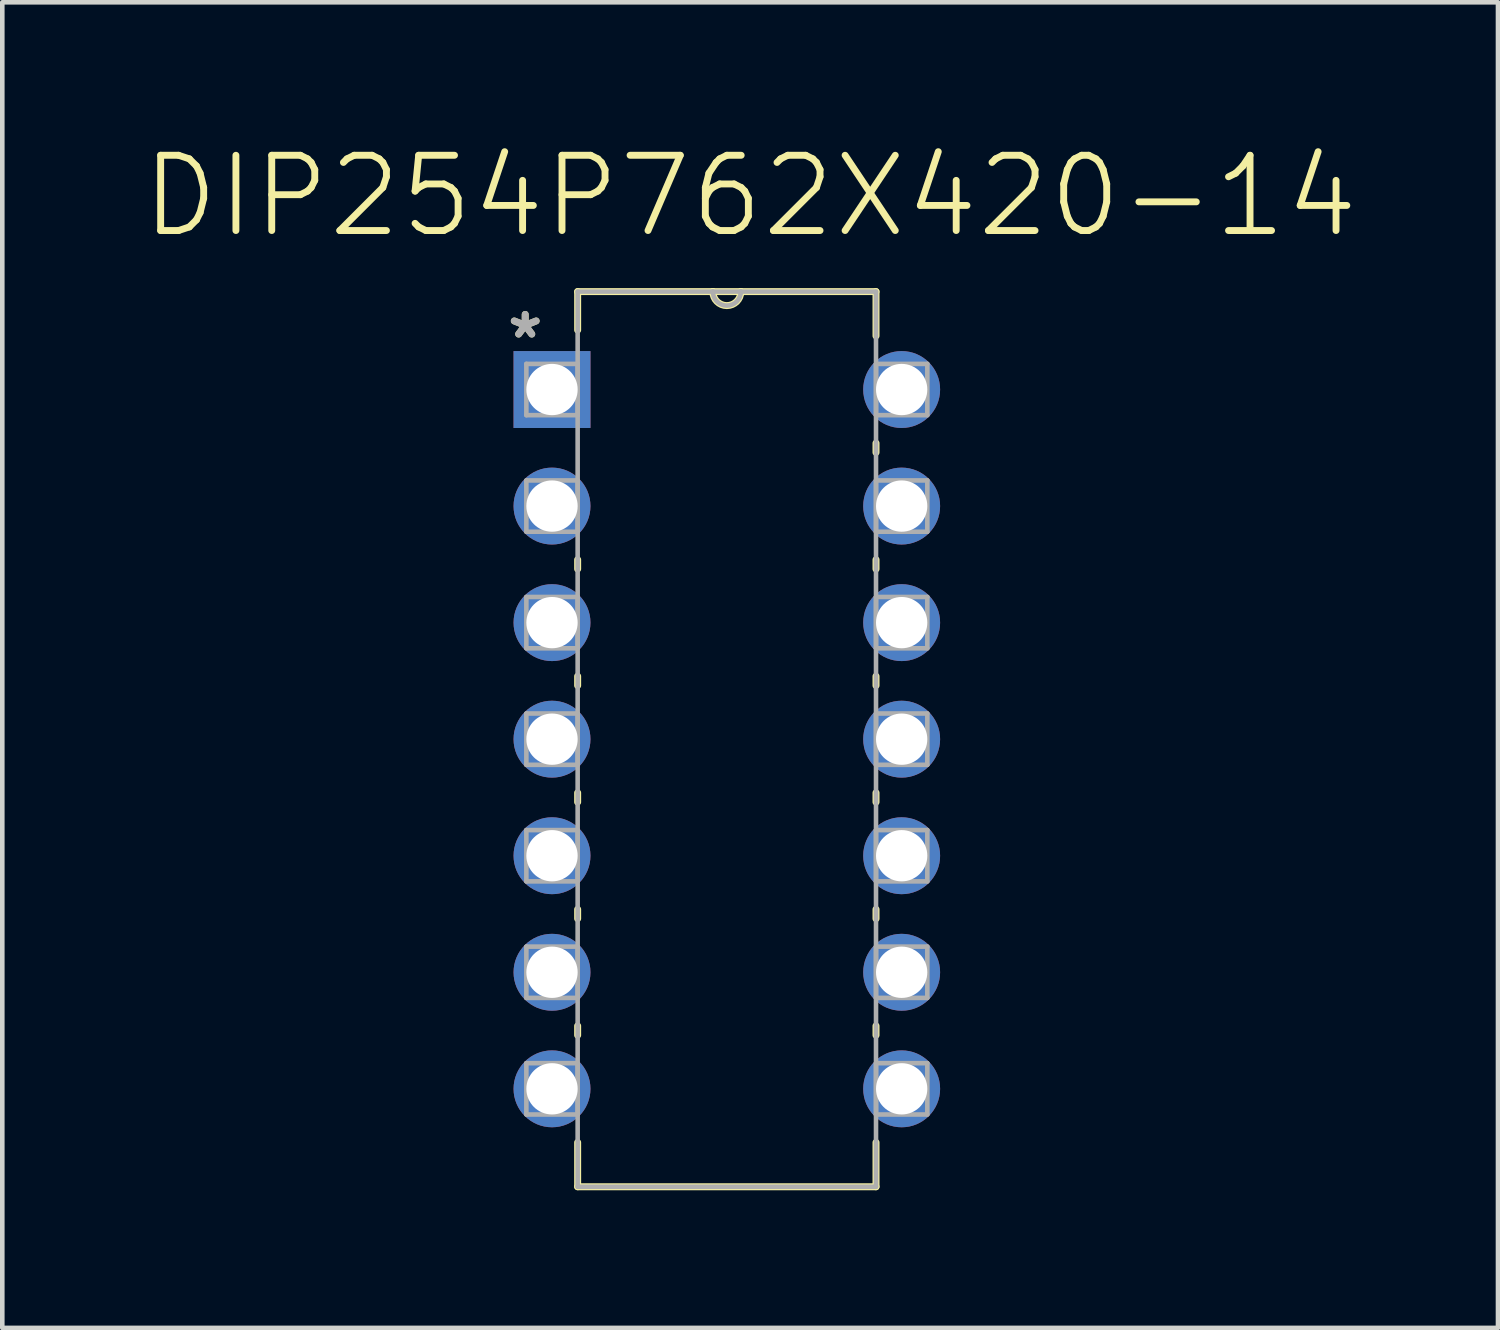
<source format=kicad_pcb>
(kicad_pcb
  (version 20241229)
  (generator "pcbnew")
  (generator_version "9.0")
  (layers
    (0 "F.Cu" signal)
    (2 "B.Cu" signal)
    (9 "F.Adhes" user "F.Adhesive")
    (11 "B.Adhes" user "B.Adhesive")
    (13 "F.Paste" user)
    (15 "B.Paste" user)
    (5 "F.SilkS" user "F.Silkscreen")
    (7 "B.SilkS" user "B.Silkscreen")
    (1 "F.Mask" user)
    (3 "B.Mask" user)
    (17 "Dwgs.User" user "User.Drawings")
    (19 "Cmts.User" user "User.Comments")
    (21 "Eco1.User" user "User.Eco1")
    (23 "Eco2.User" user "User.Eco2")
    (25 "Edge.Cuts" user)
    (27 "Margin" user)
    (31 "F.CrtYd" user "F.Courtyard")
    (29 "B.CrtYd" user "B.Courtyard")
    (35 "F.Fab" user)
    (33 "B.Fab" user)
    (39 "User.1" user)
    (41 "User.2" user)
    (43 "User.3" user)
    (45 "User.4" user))
  (footprint "DIP254P762X420-14"
    (layer "F.Cu")
    (at 16.6 20.679)
    (property "Reference" "DIP254P762X420-14" (at -3.302 -19.456 0) (layer "F.SilkS") (effects (font (size 1.64 1.64) (thickness 0.15))))
    (attr through_hole)
    (fp_line (start -7.061 -17.374) (end -7.061 -16.535) (stroke (width 0.152) (type solid)) (layer "F.SilkS"))
    (fp_line (start -7.061 -11.532) (end -7.061 -11.328) (stroke (width 0.152) (type solid)) (layer "F.SilkS"))
    (fp_line (start -7.061 -8.992) (end -7.061 -8.788) (stroke (width 0.152) (type solid)) (layer "F.SilkS"))
    (fp_line (start -7.061 -6.452) (end -7.061 -6.248) (stroke (width 0.152) (type solid)) (layer "F.SilkS"))
    (fp_line (start -7.061 -3.912) (end -7.061 -3.708) (stroke (width 0.152) (type solid)) (layer "F.SilkS"))
    (fp_line (start -7.061 -1.372) (end -7.061 -1.168) (stroke (width 0.152) (type solid)) (layer "F.SilkS"))
    (fp_line (start -7.061 1.168) (end -7.061 2.134) (stroke (width 0.152) (type solid)) (layer "F.SilkS"))
    (fp_line (start -7.061 2.134) (end -0.559 2.134) (stroke (width 0.152) (type solid)) (layer "F.SilkS"))
    (fp_line (start -4.115 -17.374) (end -7.061 -17.374) (stroke (width 0.152) (type solid)) (layer "F.SilkS"))
    (fp_line (start -3.505 -17.374) (end -4.115 -17.374) (stroke (width 0.152) (type solid)) (layer "F.SilkS"))
    (fp_line (start -0.559 -17.374) (end -3.505 -17.374) (stroke (width 0.152) (type solid)) (layer "F.SilkS"))
    (fp_line (start -0.559 -16.408) (end -0.559 -17.374) (stroke (width 0.152) (type solid)) (layer "F.SilkS"))
    (fp_line (start -0.559 -13.868) (end -0.559 -14.072) (stroke (width 0.152) (type solid)) (layer "F.SilkS"))
    (fp_line (start -0.559 -11.328) (end -0.559 -11.532) (stroke (width 0.152) (type solid)) (layer "F.SilkS"))
    (fp_line (start -0.559 -8.788) (end -0.559 -8.992) (stroke (width 0.152) (type solid)) (layer "F.SilkS"))
    (fp_line (start -0.559 -6.248) (end -0.559 -6.452) (stroke (width 0.152) (type solid)) (layer "F.SilkS"))
    (fp_line (start -0.559 -3.708) (end -0.559 -3.912) (stroke (width 0.152) (type solid)) (layer "F.SilkS"))
    (fp_line (start -0.559 -1.168) (end -0.559 -1.372) (stroke (width 0.152) (type solid)) (layer "F.SilkS"))
    (fp_line (start -0.559 2.134) (end -0.559 1.168) (stroke (width 0.152) (type solid)) (layer "F.SilkS"))
    (fp_arc (start -3.5052 -17.3736) (mid -3.81 -17.0688) (end -4.1148 -17.3736) (stroke (width 0.1524) (type solid)) (layer "F.SilkS"))
    (fp_line (start -8.179 -15.799) (end -8.179 -14.681) (stroke (width 0.1) (type solid)) (layer "F.Fab"))
    (fp_line (start -8.179 -14.681) (end -7.061 -14.681) (stroke (width 0.1) (type solid)) (layer "F.Fab"))
    (fp_line (start -8.179 -13.259) (end -8.179 -12.141) (stroke (width 0.1) (type solid)) (layer "F.Fab"))
    (fp_line (start -8.179 -12.141) (end -7.061 -12.141) (stroke (width 0.1) (type solid)) (layer "F.Fab"))
    (fp_line (start -8.179 -10.719) (end -8.179 -9.601) (stroke (width 0.1) (type solid)) (layer "F.Fab"))
    (fp_line (start -8.179 -9.601) (end -7.061 -9.601) (stroke (width 0.1) (type solid)) (layer "F.Fab"))
    (fp_line (start -8.179 -8.179) (end -8.179 -7.061) (stroke (width 0.1) (type solid)) (layer "F.Fab"))
    (fp_line (start -8.179 -7.061) (end -7.061 -7.061) (stroke (width 0.1) (type solid)) (layer "F.Fab"))
    (fp_line (start -8.179 -5.639) (end -8.179 -4.521) (stroke (width 0.1) (type solid)) (layer "F.Fab"))
    (fp_line (start -8.179 -4.521) (end -7.061 -4.521) (stroke (width 0.1) (type solid)) (layer "F.Fab"))
    (fp_line (start -8.179 -3.099) (end -8.179 -1.981) (stroke (width 0.1) (type solid)) (layer "F.Fab"))
    (fp_line (start -8.179 -1.981) (end -7.061 -1.981) (stroke (width 0.1) (type solid)) (layer "F.Fab"))
    (fp_line (start -8.179 -0.559) (end -8.179 0.559) (stroke (width 0.1) (type solid)) (layer "F.Fab"))
    (fp_line (start -8.179 0.559) (end -7.061 0.559) (stroke (width 0.1) (type solid)) (layer "F.Fab"))
    (fp_line (start -7.061 -17.374) (end -7.061 2.134) (stroke (width 0.1) (type solid)) (layer "F.Fab"))
    (fp_line (start -7.061 -15.799) (end -8.179 -15.799) (stroke (width 0.1) (type solid)) (layer "F.Fab"))
    (fp_line (start -7.061 -14.681) (end -7.061 -15.799) (stroke (width 0.1) (type solid)) (layer "F.Fab"))
    (fp_line (start -7.061 -13.259) (end -8.179 -13.259) (stroke (width 0.1) (type solid)) (layer "F.Fab"))
    (fp_line (start -7.061 -12.141) (end -7.061 -13.259) (stroke (width 0.1) (type solid)) (layer "F.Fab"))
    (fp_line (start -7.061 -10.719) (end -8.179 -10.719) (stroke (width 0.1) (type solid)) (layer "F.Fab"))
    (fp_line (start -7.061 -9.601) (end -7.061 -10.719) (stroke (width 0.1) (type solid)) (layer "F.Fab"))
    (fp_line (start -7.061 -8.179) (end -8.179 -8.179) (stroke (width 0.1) (type solid)) (layer "F.Fab"))
    (fp_line (start -7.061 -7.061) (end -7.061 -8.179) (stroke (width 0.1) (type solid)) (layer "F.Fab"))
    (fp_line (start -7.061 -5.639) (end -8.179 -5.639) (stroke (width 0.1) (type solid)) (layer "F.Fab"))
    (fp_line (start -7.061 -4.521) (end -7.061 -5.639) (stroke (width 0.1) (type solid)) (layer "F.Fab"))
    (fp_line (start -7.061 -3.099) (end -8.179 -3.099) (stroke (width 0.1) (type solid)) (layer "F.Fab"))
    (fp_line (start -7.061 -1.981) (end -7.061 -3.099) (stroke (width 0.1) (type solid)) (layer "F.Fab"))
    (fp_line (start -7.061 -0.559) (end -8.179 -0.559) (stroke (width 0.1) (type solid)) (layer "F.Fab"))
    (fp_line (start -7.061 0.559) (end -7.061 -0.559) (stroke (width 0.1) (type solid)) (layer "F.Fab"))
    (fp_line (start -7.061 2.134) (end -0.559 2.134) (stroke (width 0.1) (type solid)) (layer "F.Fab"))
    (fp_line (start -4.115 -17.374) (end -7.061 -17.374) (stroke (width 0.1) (type solid)) (layer "F.Fab"))
    (fp_line (start -3.505 -17.374) (end -4.115 -17.374) (stroke (width 0.1) (type solid)) (layer "F.Fab"))
    (fp_line (start -0.559 -17.374) (end -3.505 -17.374) (stroke (width 0.1) (type solid)) (layer "F.Fab"))
    (fp_line (start -0.559 -15.799) (end -0.559 -14.681) (stroke (width 0.1) (type solid)) (layer "F.Fab"))
    (fp_line (start -0.559 -14.681) (end 0.559 -14.681) (stroke (width 0.1) (type solid)) (layer "F.Fab"))
    (fp_line (start -0.559 -13.259) (end -0.559 -12.141) (stroke (width 0.1) (type solid)) (layer "F.Fab"))
    (fp_line (start -0.559 -12.141) (end 0.559 -12.141) (stroke (width 0.1) (type solid)) (layer "F.Fab"))
    (fp_line (start -0.559 -10.719) (end -0.559 -9.601) (stroke (width 0.1) (type solid)) (layer "F.Fab"))
    (fp_line (start -0.559 -9.601) (end 0.559 -9.601) (stroke (width 0.1) (type solid)) (layer "F.Fab"))
    (fp_line (start -0.559 -8.179) (end -0.559 -7.061) (stroke (width 0.1) (type solid)) (layer "F.Fab"))
    (fp_line (start -0.559 -7.061) (end 0.559 -7.061) (stroke (width 0.1) (type solid)) (layer "F.Fab"))
    (fp_line (start -0.559 -5.639) (end -0.559 -4.521) (stroke (width 0.1) (type solid)) (layer "F.Fab"))
    (fp_line (start -0.559 -4.521) (end 0.559 -4.521) (stroke (width 0.1) (type solid)) (layer "F.Fab"))
    (fp_line (start -0.559 -3.099) (end -0.559 -1.981) (stroke (width 0.1) (type solid)) (layer "F.Fab"))
    (fp_line (start -0.559 -1.981) (end 0.559 -1.981) (stroke (width 0.1) (type solid)) (layer "F.Fab"))
    (fp_line (start -0.559 -0.559) (end -0.559 0.559) (stroke (width 0.1) (type solid)) (layer "F.Fab"))
    (fp_line (start -0.559 0.559) (end 0.559 0.559) (stroke (width 0.1) (type solid)) (layer "F.Fab"))
    (fp_line (start -0.559 2.134) (end -0.559 -17.374) (stroke (width 0.1) (type solid)) (layer "F.Fab"))
    (fp_line (start 0.559 -15.799) (end -0.559 -15.799) (stroke (width 0.1) (type solid)) (layer "F.Fab"))
    (fp_line (start 0.559 -14.681) (end 0.559 -15.799) (stroke (width 0.1) (type solid)) (layer "F.Fab"))
    (fp_line (start 0.559 -13.259) (end -0.559 -13.259) (stroke (width 0.1) (type solid)) (layer "F.Fab"))
    (fp_line (start 0.559 -12.141) (end 0.559 -13.259) (stroke (width 0.1) (type solid)) (layer "F.Fab"))
    (fp_line (start 0.559 -10.719) (end -0.559 -10.719) (stroke (width 0.1) (type solid)) (layer "F.Fab"))
    (fp_line (start 0.559 -9.601) (end 0.559 -10.719) (stroke (width 0.1) (type solid)) (layer "F.Fab"))
    (fp_line (start 0.559 -8.179) (end -0.559 -8.179) (stroke (width 0.1) (type solid)) (layer "F.Fab"))
    (fp_line (start 0.559 -7.061) (end 0.559 -8.179) (stroke (width 0.1) (type solid)) (layer "F.Fab"))
    (fp_line (start 0.559 -5.639) (end -0.559 -5.639) (stroke (width 0.1) (type solid)) (layer "F.Fab"))
    (fp_line (start 0.559 -4.521) (end 0.559 -5.639) (stroke (width 0.1) (type solid)) (layer "F.Fab"))
    (fp_line (start 0.559 -3.099) (end -0.559 -3.099) (stroke (width 0.1) (type solid)) (layer "F.Fab"))
    (fp_line (start 0.559 -1.981) (end 0.559 -3.099) (stroke (width 0.1) (type solid)) (layer "F.Fab"))
    (fp_line (start 0.559 -0.559) (end -0.559 -0.559) (stroke (width 0.1) (type solid)) (layer "F.Fab"))
    (fp_line (start 0.559 0.559) (end 0.559 -0.559) (stroke (width 0.1) (type solid)) (layer "F.Fab"))
    (fp_arc (start -3.5052 -17.3736) (mid -3.81 -17.0688) (end -4.1148 -17.3736) (stroke (width 0.1) (type solid)) (layer "F.Fab"))
    (fp_text user "*" (at -8.204 -16.332 0) (layer "F.SilkS") (effects (font (size 1 1) (thickness 0.15))))
    (fp_text user "*" (at -8.204 -16.332 0) (layer "F.Fab") (effects (font (size 1 1) (thickness 0.15))))
    (pad "1" thru_hole rect (at -7.62 -15.24) (size 1.676 1.676) (drill 1.118) (layers "*.Cu" "*.Mask"))
    (pad "2" thru_hole circle (at -7.62 -12.7) (size 1.676 1.676) (drill 1.118) (layers "*.Cu" "*.Mask"))
    (pad "3" thru_hole circle (at -7.62 -10.16) (size 1.676 1.676) (drill 1.118) (layers "*.Cu" "*.Mask"))
    (pad "4" thru_hole circle (at -7.62 -7.62) (size 1.676 1.676) (drill 1.118) (layers "*.Cu" "*.Mask"))
    (pad "5" thru_hole circle (at -7.62 -5.08) (size 1.676 1.676) (drill 1.118) (layers "*.Cu" "*.Mask"))
    (pad "6" thru_hole circle (at -7.62 -2.54) (size 1.676 1.676) (drill 1.118) (layers "*.Cu" "*.Mask"))
    (pad "7" thru_hole circle (at -7.62 0) (size 1.676 1.676) (drill 1.118) (layers "*.Cu" "*.Mask"))
    (pad "8" thru_hole circle (at 0 0) (size 1.676 1.676) (drill 1.118) (layers "*.Cu" "*.Mask"))
    (pad "9" thru_hole circle (at 0 -2.54) (size 1.676 1.676) (drill 1.118) (layers "*.Cu" "*.Mask"))
    (pad "10" thru_hole circle (at 0 -5.08) (size 1.676 1.676) (drill 1.118) (layers "*.Cu" "*.Mask"))
    (pad "11" thru_hole circle (at 0 -7.62) (size 1.676 1.676) (drill 1.118) (layers "*.Cu" "*.Mask"))
    (pad "12" thru_hole circle (at 0 -10.16) (size 1.676 1.676) (drill 1.118) (layers "*.Cu" "*.Mask"))
    (pad "13" thru_hole circle (at 0 -12.7) (size 1.676 1.676) (drill 1.118) (layers "*.Cu" "*.Mask"))
    (pad "14" thru_hole circle (at 0 -15.24) (size 1.676 1.676) (drill 1.118) (layers "*.Cu" "*.Mask")))
  (gr_rect
    (start -3 -3)
    (end 29.596 25.889)
    (stroke (width 0.1) (type default))
    (fill no)
    (layer "Edge.Cuts")))
</source>
